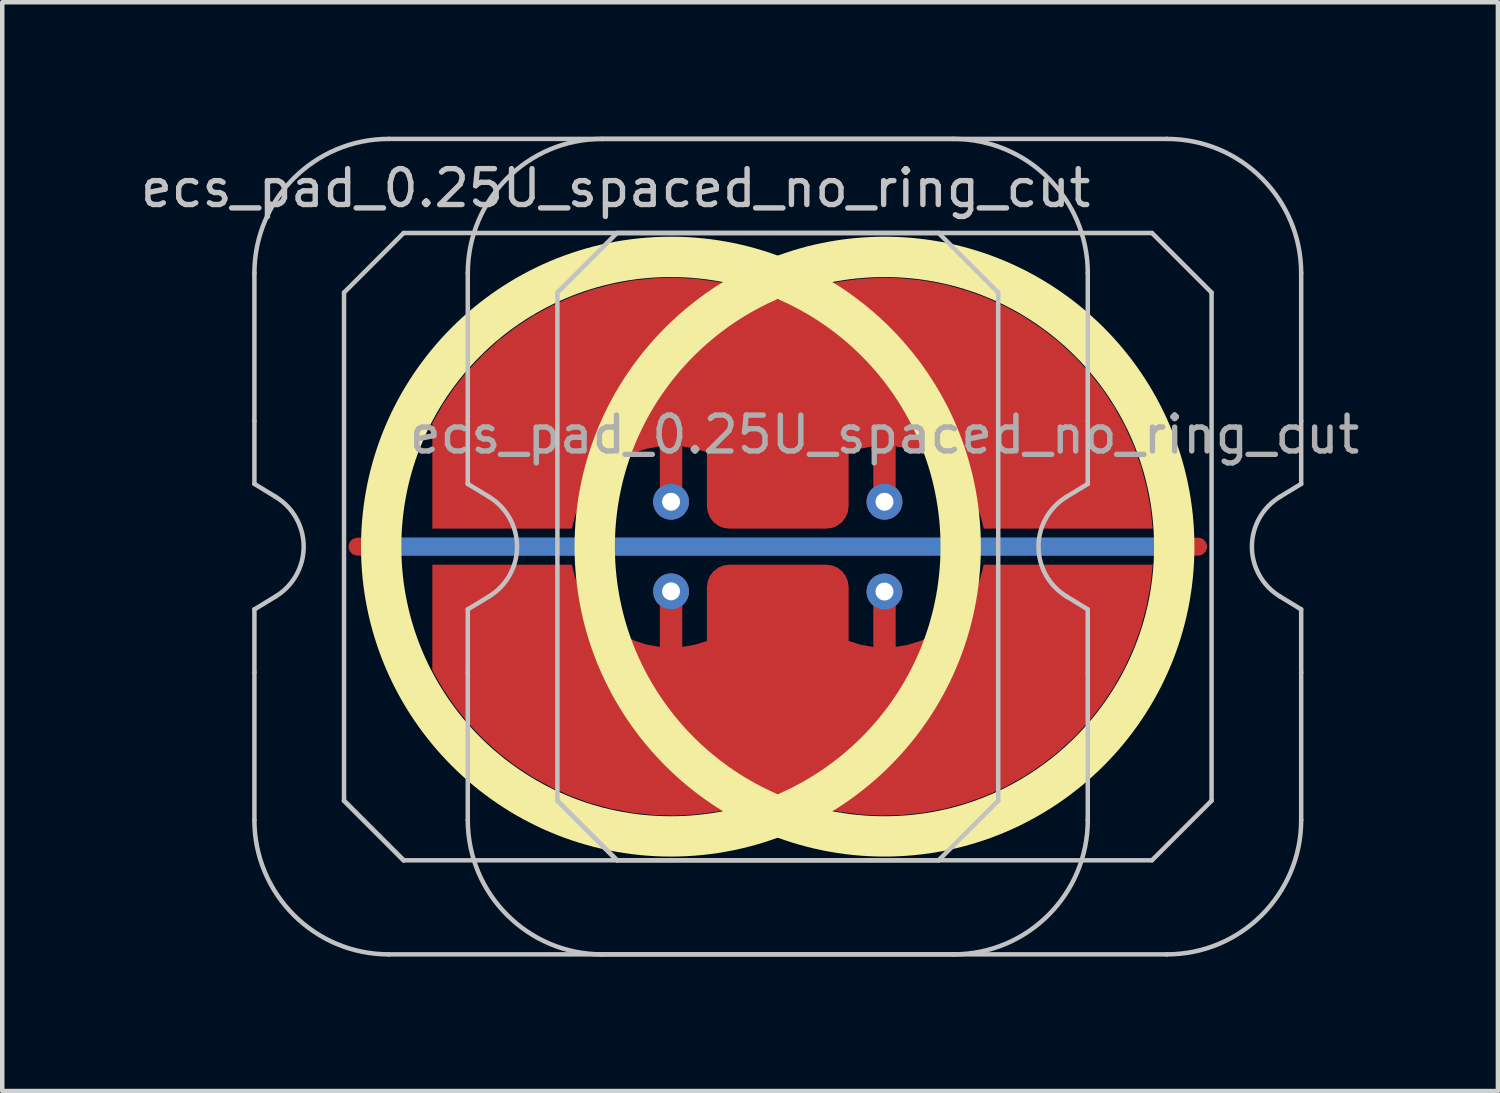
<source format=kicad_pcb>
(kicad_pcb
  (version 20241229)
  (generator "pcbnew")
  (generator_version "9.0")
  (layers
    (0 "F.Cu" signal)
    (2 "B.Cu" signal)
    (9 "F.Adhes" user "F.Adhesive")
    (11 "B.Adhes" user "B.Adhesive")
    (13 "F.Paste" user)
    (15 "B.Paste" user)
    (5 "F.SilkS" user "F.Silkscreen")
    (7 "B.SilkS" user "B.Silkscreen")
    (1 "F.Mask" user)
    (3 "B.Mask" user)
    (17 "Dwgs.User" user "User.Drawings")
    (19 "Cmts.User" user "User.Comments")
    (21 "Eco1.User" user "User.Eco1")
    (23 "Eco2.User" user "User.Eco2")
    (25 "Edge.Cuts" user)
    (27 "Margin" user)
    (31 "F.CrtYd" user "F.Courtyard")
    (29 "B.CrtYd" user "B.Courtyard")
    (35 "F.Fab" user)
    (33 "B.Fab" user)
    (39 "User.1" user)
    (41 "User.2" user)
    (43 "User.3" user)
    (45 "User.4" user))
  (footprint "ecs_pad_0.25U_spaced_no_ring_cut"
    (layer "F.Cu")
    (at 16.69 9.15)
    (property "Reference" "ecs_pad_0.25U_spaced_no_ring_cut" (at -6 -8 0) (layer "Dwgs.User") (effects (font (size 0.8 0.8) (thickness 0.12))))
    (attr smd)
    (fp_circle (center -4.766 0) (end 1.701 0) (stroke (width 0.9) (type solid)) (fill no) (layer "F.SilkS"))
    (fp_circle (center 0 0) (end 6.467 0) (stroke (width 0.9) (type solid)) (fill no) (layer "F.SilkS"))
    (fp_line (start -14.062 -2.805) (end -14.062 -6.1) (stroke (width 0.1) (type solid)) (layer "Dwgs.User"))
    (fp_line (start -14.062 -1.4) (end -14.062 -2.805) (stroke (width 0.1) (type solid)) (layer "Dwgs.User"))
    (fp_line (start -14.062 1.4) (end -13.587 1.111) (stroke (width 0.1) (type solid)) (layer "Dwgs.User"))
    (fp_line (start -14.062 2.805) (end -14.062 1.4) (stroke (width 0.1) (type solid)) (layer "Dwgs.User"))
    (fp_line (start -14.062 6.1) (end -14.062 2.805) (stroke (width 0.1) (type solid)) (layer "Dwgs.User"))
    (fp_line (start -13.587 -1.111) (end -14.062 -1.4) (stroke (width 0.1) (type solid)) (layer "Dwgs.User"))
    (fp_line (start -12.062 -5.67) (end -10.732 -7) (stroke (width 0.1) (type solid)) (layer "Dwgs.User"))
    (fp_line (start -12.062 5.67) (end -12.062 -5.67) (stroke (width 0.1) (type solid)) (layer "Dwgs.User"))
    (fp_line (start -12.062 5.67) (end -10.732 7) (stroke (width 0.1) (type solid)) (layer "Dwgs.User"))
    (fp_line (start -11.062 -9.1) (end 1.538 -9.1) (stroke (width 0.1) (type solid)) (layer "Dwgs.User"))
    (fp_line (start -10.732 -7) (end 1.208 -7) (stroke (width 0.1) (type solid)) (layer "Dwgs.User"))
    (fp_line (start -10.732 7) (end -12.062 5.67) (stroke (width 0.1) (type solid)) (layer "Dwgs.User"))
    (fp_line (start -9.3 -2.805) (end -9.3 -6.1) (stroke (width 0.1) (type solid)) (layer "Dwgs.User"))
    (fp_line (start -9.3 -1.4) (end -9.3 -2.805) (stroke (width 0.1) (type solid)) (layer "Dwgs.User"))
    (fp_line (start -9.3 1.4) (end -8.824 1.111) (stroke (width 0.1) (type solid)) (layer "Dwgs.User"))
    (fp_line (start -9.3 2.805) (end -9.3 1.4) (stroke (width 0.1) (type solid)) (layer "Dwgs.User"))
    (fp_line (start -9.3 6.1) (end -9.3 2.805) (stroke (width 0.1) (type solid)) (layer "Dwgs.User"))
    (fp_line (start -8.824 -1.111) (end -9.3 -1.4) (stroke (width 0.1) (type solid)) (layer "Dwgs.User"))
    (fp_line (start -7.3 -5.67) (end -5.97 -7) (stroke (width 0.1) (type solid)) (layer "Dwgs.User"))
    (fp_line (start -7.3 5.67) (end -7.3 -5.67) (stroke (width 0.1) (type solid)) (layer "Dwgs.User"))
    (fp_line (start -7.3 5.67) (end -5.97 7) (stroke (width 0.1) (type solid)) (layer "Dwgs.User"))
    (fp_line (start -6.3 -9.1) (end 6.3 -9.1) (stroke (width 0.1) (type solid)) (layer "Dwgs.User"))
    (fp_line (start -5.97 -7) (end 5.97 -7) (stroke (width 0.1) (type solid)) (layer "Dwgs.User"))
    (fp_line (start -5.97 7) (end -7.3 5.67) (stroke (width 0.1) (type solid)) (layer "Dwgs.User"))
    (fp_line (start 1.208 -7) (end 2.538 -5.67) (stroke (width 0.1) (type solid)) (layer "Dwgs.User"))
    (fp_line (start 1.208 7) (end -10.732 7) (stroke (width 0.1) (type solid)) (layer "Dwgs.User"))
    (fp_line (start 1.538 9.1) (end -11.062 9.1) (stroke (width 0.1) (type solid)) (layer "Dwgs.User"))
    (fp_line (start 2.538 -5.67) (end 2.538 5.67) (stroke (width 0.1) (type solid)) (layer "Dwgs.User"))
    (fp_line (start 2.538 5.67) (end 1.208 7) (stroke (width 0.1) (type solid)) (layer "Dwgs.User"))
    (fp_line (start 4.062 1.111) (end 4.537 1.4) (stroke (width 0.1) (type solid)) (layer "Dwgs.User"))
    (fp_line (start 4.537 -6.1) (end 4.537 -2.805) (stroke (width 0.1) (type solid)) (layer "Dwgs.User"))
    (fp_line (start 4.537 -2.805) (end 4.537 -1.4) (stroke (width 0.1) (type solid)) (layer "Dwgs.User"))
    (fp_line (start 4.537 -1.4) (end 4.062 -1.111) (stroke (width 0.1) (type solid)) (layer "Dwgs.User"))
    (fp_line (start 4.537 1.4) (end 4.537 2.805) (stroke (width 0.1) (type solid)) (layer "Dwgs.User"))
    (fp_line (start 4.537 2.805) (end 4.537 6.1) (stroke (width 0.1) (type solid)) (layer "Dwgs.User"))
    (fp_line (start 5.97 -7) (end 7.3 -5.67) (stroke (width 0.1) (type solid)) (layer "Dwgs.User"))
    (fp_line (start 5.97 7) (end -5.97 7) (stroke (width 0.1) (type solid)) (layer "Dwgs.User"))
    (fp_line (start 6.3 9.1) (end -6.3 9.1) (stroke (width 0.1) (type solid)) (layer "Dwgs.User"))
    (fp_line (start 7.3 -5.67) (end 7.3 5.67) (stroke (width 0.1) (type solid)) (layer "Dwgs.User"))
    (fp_line (start 7.3 5.67) (end 5.97 7) (stroke (width 0.1) (type solid)) (layer "Dwgs.User"))
    (fp_line (start 8.824 1.111) (end 9.3 1.4) (stroke (width 0.1) (type solid)) (layer "Dwgs.User"))
    (fp_line (start 9.3 -6.1) (end 9.3 -2.805) (stroke (width 0.1) (type solid)) (layer "Dwgs.User"))
    (fp_line (start 9.3 -2.805) (end 9.3 -1.4) (stroke (width 0.1) (type solid)) (layer "Dwgs.User"))
    (fp_line (start 9.3 -1.4) (end 8.824 -1.111) (stroke (width 0.1) (type solid)) (layer "Dwgs.User"))
    (fp_line (start 9.3 1.4) (end 9.3 2.805) (stroke (width 0.1) (type solid)) (layer "Dwgs.User"))
    (fp_line (start 9.3 2.805) (end 9.3 6.1) (stroke (width 0.1) (type solid)) (layer "Dwgs.User"))
    (fp_arc (start -14.0625 -6.1) (mid -13.18382 -8.22132) (end -11.0625 -9.1) (stroke (width 0.1) (type solid)) (layer "Dwgs.User"))
    (fp_arc (start -13.586833 -1.110619) (mid -12.9625 0) (end -13.586833 1.110619) (stroke (width 0.1) (type solid)) (layer "Dwgs.User"))
    (fp_arc (start -11.0625 9.1) (mid -13.18382 8.22132) (end -14.0625 6.1) (stroke (width 0.1) (type solid)) (layer "Dwgs.User"))
    (fp_arc (start -9.3 -6.1) (mid -8.42132 -8.22132) (end -6.3 -9.1) (stroke (width 0.1) (type solid)) (layer "Dwgs.User"))
    (fp_arc (start -8.824333 -1.110619) (mid -8.2 0) (end -8.824333 1.110619) (stroke (width 0.1) (type solid)) (layer "Dwgs.User"))
    (fp_arc (start -6.3 9.1) (mid -8.42132 8.22132) (end -9.3 6.1) (stroke (width 0.1) (type solid)) (layer "Dwgs.User"))
    (fp_arc (start 1.5375 -9.1) (mid 3.65882 -8.22132) (end 4.5375 -6.1) (stroke (width 0.1) (type solid)) (layer "Dwgs.User"))
    (fp_arc (start 4.061833 1.110619) (mid 3.4375 0) (end 4.061833 -1.110619) (stroke (width 0.1) (type solid)) (layer "Dwgs.User"))
    (fp_arc (start 4.5375 6.1) (mid 3.65882 8.22132) (end 1.5375 9.1) (stroke (width 0.1) (type solid)) (layer "Dwgs.User"))
    (fp_arc (start 6.3 -9.1) (mid 8.42132 -8.22132) (end 9.3 -6.1) (stroke (width 0.1) (type solid)) (layer "Dwgs.User"))
    (fp_arc (start 8.824333 1.110619) (mid 8.2 0) (end 8.824333 -1.110619) (stroke (width 0.1) (type solid)) (layer "Dwgs.User"))
    (fp_arc (start 9.3 6.1) (mid 8.42132 8.22132) (end 6.3 9.1) (stroke (width 0.1) (type solid)) (layer "Dwgs.User"))
    (fp_text user "${REFERENCE}" (at 0 -2.5 0) (layer "F.Fab") (effects (font (size 0.8 0.8) (thickness 0.12))))
    (pad "1" thru_hole circle (at -4.763 -1.002 270) (size 0.8 0.8) (drill 0.4) (layers "*.Cu"))
    (pad "1" smd custom (at 0 -1.002) (size 0.146 0.146) (layers "F.Cu") (options (anchor circle)) (primitives (gr_poly (pts (xy 5.936 0.125) (xy 5.847 -0.345) (xy 5.722 -0.806) (xy 5.56 -1.256) (xy 5.363 -1.691) (xy 5.132 -2.109) (xy 4.868 -2.508) (xy 4.573 -2.884) (xy 4.249 -3.236) (xy 3.899 -3.561) (xy 3.524 -3.856) (xy 3.126 -4.121) (xy 2.708 -4.354) (xy 2.274 -4.553) (xy 1.824 -4.716) (xy 1.364 -4.843) (xy 0.894 -4.933) (xy 0.419 -4.985) (xy -0.058 -5) (xy -0.536 -4.976) (xy -1.01 -4.914) (xy -1.477 -4.815) (xy -1.935 -4.679) (xy -2.381 -4.507) (xy -2.823 -4.678) (xy -3.278 -4.813) (xy -3.741 -4.912) (xy -4.211 -4.975) (xy -4.684 -5) (xy -5.158 -4.987) (xy -5.63 -4.937) (xy -6.096 -4.85) (xy -6.553 -4.727) (xy -7 -4.567) (xy -7.432 -4.373) (xy -7.848 -4.146) (xy -8.244 -3.886) (xy -8.619 -3.596) (xy -8.97 -3.277) (xy -9.295 -2.932) (xy -9.591 -2.562) (xy -9.857 -2.17) (xy -10.091 -1.758) (xy -10.091 0.6) (xy -6.977 0.6) (xy -6.907 0.32) (xy -6.803 0.052) (xy -6.665 -0.201) (xy -6.496 -0.434) (xy -6.299 -0.644) (xy -6.076 -0.826) (xy -5.832 -0.979) (xy -5.571 -1.1) (xy -5.296 -1.186) (xy -5.013 -1.236) (xy -5.013 0) (xy -4.993 0.096) (xy -4.939 0.177) (xy -4.858 0.231) (xy -4.763 0.25) (xy -4.667 0.231) (xy -4.586 0.177) (xy -4.532 0.096) (xy -4.513 0) (xy -4.513 -1.236) (xy -4.233 -1.187) (xy -3.963 -1.103) (xy -3.963 0.1) (xy -3.945 0.229) (xy -3.896 0.35) (xy -3.816 0.454) (xy -3.713 0.533) (xy -3.592 0.583) (xy -3.463 0.6) (xy -1.3 0.6) (xy -1.171 0.583) (xy -1.05 0.533) (xy -0.946 0.454) (xy -0.867 0.35) (xy -0.817 0.229) (xy -0.8 0.1) (xy -0.8 -1.103) (xy -0.529 -1.187) (xy -0.25 -1.236) (xy -0.25 0) (xy -0.231 0.096) (xy -0.177 0.177) (xy -0.096 0.231) (xy 0 0.25) (xy 0.096 0.231) (xy 0.177 0.177) (xy 0.231 0.096) (xy 0.25 0) (xy 0.25 -1.236) (xy 0.534 -1.186) (xy 0.808 -1.1) (xy 1.07 -0.979) (xy 1.314 -0.826) (xy 1.536 -0.644) (xy 1.734 -0.434) (xy 1.903 -0.201) (xy 2.041 0.052) (xy 2.145 0.32) (xy 2.214 0.6) (xy 5.987 0.6)) (width 0) (fill yes))))
    (pad "1" thru_hole circle (at 0 -1.002 270) (size 0.8 0.8) (drill 0.4) (layers "*.Cu"))
    (pad "2" thru_hole circle (at -4.763 0.998 270) (size 0.8 0.8) (drill 0.4) (layers "*.Cu"))
    (pad "2" smd custom (at 0 1.002) (size 0.146 0.146) (layers "F.Cu") (options (anchor circle)) (primitives (gr_poly (pts (xy 5.936 -0.125) (xy 5.847 0.345) (xy 5.722 0.806) (xy 5.56 1.256) (xy 5.363 1.691) (xy 5.132 2.109) (xy 4.868 2.508) (xy 4.573 2.884) (xy 4.249 3.236) (xy 3.899 3.561) (xy 3.524 3.856) (xy 3.126 4.121) (xy 2.708 4.354) (xy 2.274 4.553) (xy 1.824 4.716) (xy 1.364 4.843) (xy 0.894 4.933) (xy 0.419 4.985) (xy -0.058 5) (xy -0.536 4.976) (xy -1.01 4.914) (xy -1.477 4.815) (xy -1.935 4.679) (xy -2.381 4.507) (xy -2.823 4.678) (xy -3.278 4.813) (xy -3.741 4.912) (xy -4.211 4.975) (xy -4.684 5) (xy -5.158 4.987) (xy -5.63 4.937) (xy -6.096 4.85) (xy -6.553 4.727) (xy -7 4.567) (xy -7.432 4.373) (xy -7.848 4.146) (xy -8.244 3.886) (xy -8.619 3.596) (xy -8.97 3.277) (xy -9.295 2.932) (xy -9.591 2.562) (xy -9.857 2.17) (xy -10.091 1.758) (xy -10.091 -0.6) (xy -6.977 -0.6) (xy -6.907 -0.32) (xy -6.803 -0.052) (xy -6.665 0.201) (xy -6.496 0.434) (xy -6.299 0.644) (xy -6.076 0.826) (xy -5.832 0.979) (xy -5.571 1.1) (xy -5.296 1.186) (xy -5.013 1.236) (xy -5.013 0) (xy -4.993 -0.096) (xy -4.939 -0.177) (xy -4.858 -0.231) (xy -4.763 -0.25) (xy -4.667 -0.231) (xy -4.586 -0.177) (xy -4.532 -0.096) (xy -4.513 0) (xy -4.513 1.236) (xy -4.233 1.187) (xy -3.963 1.103) (xy -3.963 -0.1) (xy -3.945 -0.229) (xy -3.896 -0.35) (xy -3.816 -0.454) (xy -3.713 -0.533) (xy -3.592 -0.583) (xy -3.463 -0.6) (xy -1.3 -0.6) (xy -1.171 -0.583) (xy -1.05 -0.533) (xy -0.946 -0.454) (xy -0.867 -0.35) (xy -0.817 -0.229) (xy -0.8 -0.1) (xy -0.8 1.103) (xy -0.529 1.187) (xy -0.25 1.236) (xy -0.25 0) (xy -0.231 -0.096) (xy -0.177 -0.177) (xy -0.096 -0.231) (xy 0 -0.25) (xy 0.096 -0.231) (xy 0.177 -0.177) (xy 0.231 -0.096) (xy 0.25 0) (xy 0.25 1.236) (xy 0.534 1.186) (xy 0.808 1.1) (xy 1.07 0.979) (xy 1.314 0.826) (xy 1.536 0.644) (xy 1.734 0.434) (xy 1.903 0.201) (xy 2.041 -0.052) (xy 2.145 -0.32) (xy 2.214 -0.6) (xy 5.987 -0.6)) (width 0) (fill yes))))
    (pad "2" thru_hole circle (at 0 1.002 270) (size 0.8 0.8) (drill 0.4) (layers "*.Cu"))
    (pad "3" smd custom (at 0 0 90) (size 0.4 0.4) (layers "F.Cu") (options (anchor rect)) (primitives (gr_line (start 0 -11.763) (end 0 7) (width 0.4))))
    (pad "3" smd custom (at 0 0 90) (size 0.4 0.4) (layers "B.Cu") (options (anchor rect)) (primitives (gr_line (start 0 -11.263) (end 0 6.5) (width 0.4))))
    (zone (net_name "") (layer "F.Cu") (hatch edge 0.508) (connect_pads) (min_thickness 0.254) (filled_areas_thickness no) (keepout (tracks allowed) (vias allowed) (pads allowed) (copperpour not_allowed) (footprints allowed)) (placement (enabled no)) (fill) (polygon (pts (xy 11.927 16.155) (xy 12.441 16.136) (xy 12.951 16.08) (xy 13.456 15.986) (xy 13.952 15.856) (xy 14.438 15.69) (xy 14.91 15.488) (xy 15.366 15.253) (xy 15.804 14.985) (xy 16.221 14.685) (xy 16.615 14.356) (xy 16.983 13.998) (xy 17.325 13.615) (xy 17.637 13.208) (xy 17.919 12.779) (xy 18.169 12.33) (xy 18.385 11.865) (xy 18.567 11.384) (xy 18.712 10.892) (xy 18.822 10.39) (xy 18.894 9.882) (xy 18.929 9.37) (xy 18.926 8.857) (xy 18.886 8.345) (xy 18.808 7.837) (xy 18.694 7.337) (xy 18.543 6.846) (xy 18.356 6.368) (xy 18.135 5.905) (xy 17.881 5.459) (xy 17.595 5.033) (xy 17.278 4.629) (xy 16.932 4.249) (xy 16.56 3.896) (xy 16.163 3.57) (xy 15.743 3.275) (xy 15.302 3.012) (xy 14.843 2.781) (xy 14.369 2.584) (xy 13.882 2.423) (xy 13.384 2.298) (xy 12.878 2.21) (xy 12.367 2.159) (xy 11.854 2.145) (xy 11.341 2.17) (xy 10.832 2.231) (xy 10.328 2.33) (xy 9.833 2.466) (xy 9.349 2.637) (xy 8.879 2.843) (xy 8.425 3.084) (xy 7.99 3.356) (xy 7.576 3.66) (xy 7.186 3.994) (xy 6.821 4.355) (xy 6.484 4.742) (xy 6.175 5.152) (xy 5.898 5.584) (xy 5.653 6.035) (xy 5.442 6.503) (xy 5.265 6.985) (xy 5.125 7.479) (xy 5.021 7.982) (xy 4.954 8.491) (xy 4.924 9.003) (xy 4.932 9.517) (xy 4.978 10.028) (xy 5.061 10.535) (xy 5.181 11.034) (xy 5.337 11.523) (xy 5.528 11.999) (xy 5.754 12.46) (xy 6.013 12.903) (xy 6.304 13.326) (xy 6.625 13.727) (xy 6.974 14.103) (xy 7.35 14.453) (xy 7.751 14.774) (xy 8.174 15.064) (xy 8.617 15.323) (xy 9.078 15.549) (xy 9.555 15.741) (xy 10.044 15.897) (xy 10.543 16.017) (xy 11.05 16.1) (xy 11.561 16.145))))
    (zone (net_name "") (layer "F.Cu") (hatch edge 0.508) (connect_pads) (min_thickness 0.254) (filled_areas_thickness no) (keepout (tracks allowed) (vias allowed) (pads allowed) (copperpour not_allowed) (footprints allowed)) (placement (enabled no)) (fill) (polygon (pts (xy 16.69 2.143) (xy 16.177 2.162) (xy 15.667 2.218) (xy 15.162 2.312) (xy 14.666 2.442) (xy 14.18 2.608) (xy 13.708 2.81) (xy 13.252 3.045) (xy 12.814 3.313) (xy 12.397 3.613) (xy 12.003 3.942) (xy 11.635 4.3) (xy 11.293 4.683) (xy 10.981 5.09) (xy 10.699 5.519) (xy 10.449 5.968) (xy 10.233 6.433) (xy 10.051 6.914) (xy 9.906 7.406) (xy 9.796 7.908) (xy 9.724 8.416) (xy 9.689 8.928) (xy 9.692 9.441) (xy 9.732 9.953) (xy 9.81 10.461) (xy 9.924 10.961) (xy 10.075 11.452) (xy 10.262 11.93) (xy 10.483 12.393) (xy 10.737 12.839) (xy 11.023 13.265) (xy 11.34 13.669) (xy 11.686 14.049) (xy 12.058 14.402) (xy 12.455 14.728) (xy 12.875 15.023) (xy 13.316 15.286) (xy 13.774 15.517) (xy 14.249 15.714) (xy 14.736 15.875) (xy 15.234 16) (xy 15.74 16.088) (xy 16.251 16.139) (xy 16.764 16.153) (xy 17.277 16.128) (xy 17.786 16.067) (xy 18.29 15.968) (xy 18.785 15.832) (xy 19.269 15.661) (xy 19.739 15.455) (xy 20.193 15.214) (xy 20.628 14.942) (xy 21.042 14.638) (xy 21.432 14.304) (xy 21.797 13.943) (xy 22.134 13.556) (xy 22.443 13.146) (xy 22.72 12.714) (xy 22.965 12.263) (xy 23.176 11.795) (xy 23.353 11.313) (xy 23.493 10.819) (xy 23.597 10.316) (xy 23.664 9.807) (xy 23.694 9.295) (xy 23.686 8.781) (xy 23.64 8.27) (xy 23.557 7.763) (xy 23.437 7.264) (xy 23.281 6.775) (xy 23.09 6.299) (xy 22.864 5.838) (xy 22.605 5.395) (xy 22.314 4.972) (xy 21.993 4.571) (xy 21.644 4.195) (xy 21.268 3.845) (xy 20.867 3.524) (xy 20.444 3.234) (xy 20.001 2.975) (xy 19.54 2.749) (xy 19.063 2.557) (xy 18.574 2.401) (xy 18.075 2.281) (xy 17.568 2.198) (xy 17.057 2.153))))
    (zone (net_name "") (layer "B.Cu") (hatch edge 0.508) (connect_pads) (min_thickness 0.254) (filled_areas_thickness no) (keepout (tracks allowed) (vias allowed) (pads allowed) (copperpour not_allowed) (footprints allowed)) (placement (enabled no)) (fill) (polygon (pts (xy 11.927 15.708) (xy 12.442 15.688) (xy 12.953 15.628) (xy 13.458 15.527) (xy 13.954 15.387) (xy 14.437 15.209) (xy 14.905 14.993) (xy 15.354 14.742) (xy 15.782 14.456) (xy 16.187 14.137) (xy 16.565 13.787) (xy 16.914 13.409) (xy 17.233 13.005) (xy 17.519 12.577) (xy 17.771 12.127) (xy 17.987 11.66) (xy 18.165 11.177) (xy 18.305 10.681) (xy 18.405 10.176) (xy 18.466 9.665) (xy 18.486 9.15) (xy 18.466 8.635) (xy 18.405 8.124) (xy 18.305 7.619) (xy 18.165 7.123) (xy 17.987 6.64) (xy 17.771 6.173) (xy 17.519 5.723) (xy 17.233 5.295) (xy 16.914 4.891) (xy 16.565 4.513) (xy 16.187 4.163) (xy 15.782 3.844) (xy 15.354 3.558) (xy 14.905 3.307) (xy 14.437 3.091) (xy 13.954 2.913) (xy 13.458 2.773) (xy 12.953 2.672) (xy 12.442 2.612) (xy 11.927 2.592) (xy 11.413 2.612) (xy 10.902 2.672) (xy 10.396 2.773) (xy 9.901 2.913) (xy 9.418 3.091) (xy 8.95 3.307) (xy 8.501 3.558) (xy 8.073 3.844) (xy 7.668 4.163) (xy 7.29 4.513) (xy 6.941 4.891) (xy 6.622 5.295) (xy 6.336 5.723) (xy 6.084 6.173) (xy 5.868 6.64) (xy 5.69 7.123) (xy 5.55 7.619) (xy 5.45 8.124) (xy 5.389 8.635) (xy 5.369 9.15) (xy 5.389 9.665) (xy 5.45 10.176) (xy 5.55 10.681) (xy 5.69 11.177) (xy 5.868 11.66) (xy 6.084 12.127) (xy 6.336 12.577) (xy 6.622 13.005) (xy 6.941 13.409) (xy 7.29 13.787) (xy 7.668 14.137) (xy 8.073 14.456) (xy 8.501 14.742) (xy 8.95 14.993) (xy 9.418 15.209) (xy 9.901 15.387) (xy 10.396 15.527) (xy 10.902 15.628) (xy 11.413 15.688))))
    (zone (net_name "") (layer "B.Cu") (hatch edge 0.508) (connect_pads) (min_thickness 0.254) (filled_areas_thickness no) (keepout (tracks allowed) (vias allowed) (pads allowed) (copperpour not_allowed) (footprints allowed)) (placement (enabled no)) (fill) (polygon (pts (xy 16.69 2.59) (xy 16.176 2.61) (xy 15.665 2.67) (xy 15.159 2.771) (xy 14.664 2.911) (xy 14.181 3.089) (xy 13.713 3.305) (xy 13.264 3.556) (xy 12.836 3.842) (xy 12.431 4.161) (xy 12.053 4.511) (xy 11.704 4.889) (xy 11.385 5.293) (xy 11.099 5.721) (xy 10.847 6.171) (xy 10.631 6.638) (xy 10.453 7.121) (xy 10.313 7.617) (xy 10.213 8.122) (xy 10.152 8.633) (xy 10.132 9.148) (xy 10.152 9.663) (xy 10.213 10.174) (xy 10.313 10.679) (xy 10.453 11.175) (xy 10.631 11.658) (xy 10.847 12.125) (xy 11.099 12.575) (xy 11.385 13.003) (xy 11.704 13.407) (xy 12.053 13.785) (xy 12.431 14.135) (xy 12.836 14.454) (xy 13.264 14.74) (xy 13.713 14.991) (xy 14.181 15.207) (xy 14.664 15.385) (xy 15.159 15.525) (xy 15.665 15.626) (xy 16.176 15.686) (xy 16.69 15.706) (xy 17.205 15.686) (xy 17.716 15.626) (xy 18.221 15.525) (xy 18.717 15.385) (xy 19.2 15.207) (xy 19.668 14.991) (xy 20.117 14.74) (xy 20.545 14.454) (xy 20.95 14.135) (xy 21.328 13.785) (xy 21.677 13.407) (xy 21.996 13.003) (xy 22.282 12.575) (xy 22.534 12.125) (xy 22.75 11.658) (xy 22.928 11.175) (xy 23.068 10.679) (xy 23.168 10.174) (xy 23.229 9.663) (xy 23.249 9.148) (xy 23.229 8.633) (xy 23.168 8.122) (xy 23.068 7.617) (xy 22.928 7.121) (xy 22.75 6.638) (xy 22.534 6.171) (xy 22.282 5.721) (xy 21.996 5.293) (xy 21.677 4.889) (xy 21.328 4.511) (xy 20.95 4.161) (xy 20.545 3.842) (xy 20.117 3.556) (xy 19.668 3.305) (xy 19.2 3.089) (xy 18.717 2.911) (xy 18.221 2.771) (xy 17.716 2.67) (xy 17.205 2.61)))))
  (gr_rect
    (start -3 -3)
    (end 30.381 21.3)
    (stroke (width 0.1) (type default))
    (fill no)
    (layer "Edge.Cuts")))
</source>
